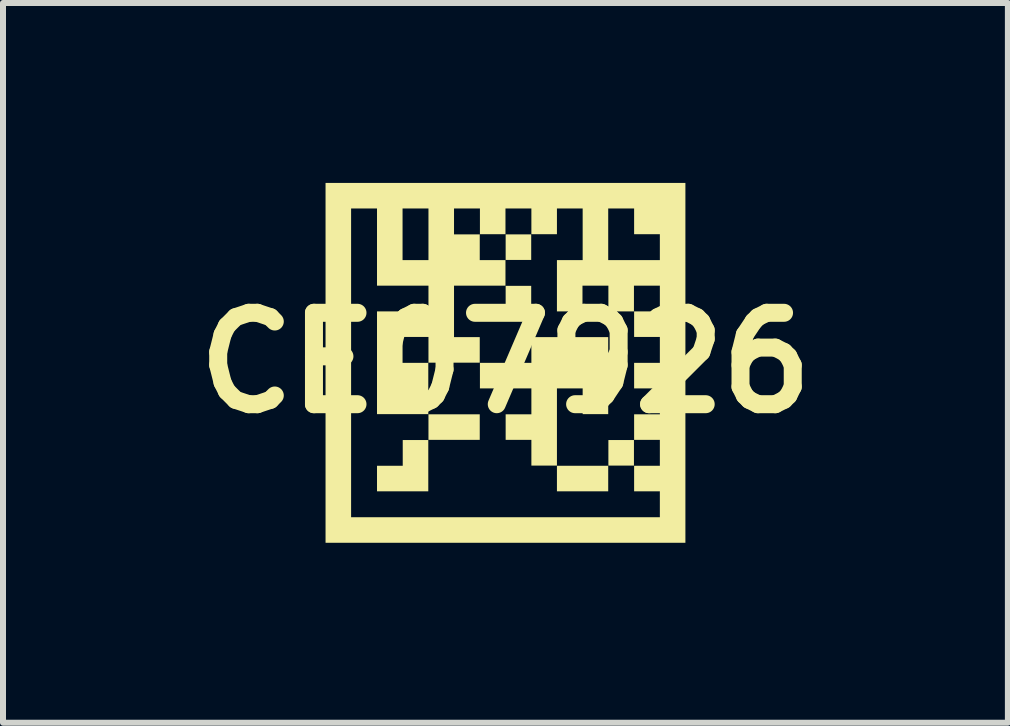
<source format=kicad_pcb>
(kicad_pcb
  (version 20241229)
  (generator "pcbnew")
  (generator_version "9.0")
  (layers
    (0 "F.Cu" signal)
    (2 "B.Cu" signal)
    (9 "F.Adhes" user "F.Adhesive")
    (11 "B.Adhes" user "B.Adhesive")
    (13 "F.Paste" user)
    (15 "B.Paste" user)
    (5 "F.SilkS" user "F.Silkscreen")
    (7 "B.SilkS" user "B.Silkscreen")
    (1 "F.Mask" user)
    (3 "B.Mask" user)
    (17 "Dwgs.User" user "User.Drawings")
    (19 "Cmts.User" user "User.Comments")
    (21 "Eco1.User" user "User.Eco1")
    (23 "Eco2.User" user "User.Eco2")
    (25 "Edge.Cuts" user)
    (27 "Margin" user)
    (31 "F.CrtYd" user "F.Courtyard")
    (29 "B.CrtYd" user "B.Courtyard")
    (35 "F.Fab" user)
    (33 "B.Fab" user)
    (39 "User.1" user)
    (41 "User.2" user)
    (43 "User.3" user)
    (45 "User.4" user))
  (footprint "CE07926"
    (layer "F.Cu")
    (at 5.378 3)
    (property "Reference" "CE07926" (at 0 0 0) (layer "F.SilkS") (effects (font (size 1.524 1.524) (thickness 0.3))))
    (attr board_only exclude_from_pos_files exclude_from_bom)
    (fp_poly (pts (xy -0.429 1.284) (xy -1.284 1.284) (xy -1.284 0.858) (xy -0.429 0.858)) (stroke (width 0) (type solid)) (fill yes) (layer "F.SilkS"))
    (fp_poly (pts (xy 0.429 -1.716) (xy 0.003 -1.716) (xy 0.003 -2.142) (xy 0.429 -2.142)) (stroke (width 0) (type solid)) (fill yes) (layer "F.SilkS"))
    (fp_poly (pts (xy 0.429 -0.858) (xy 0.003 -0.858) (xy 0.003 -1.284) (xy 0.429 -1.284)) (stroke (width 0) (type solid)) (fill yes) (layer "F.SilkS"))
    (fp_poly (pts (xy 1.713 2.142) (xy 0.858 2.142) (xy 0.858 1.716) (xy 1.713 1.716)) (stroke (width 0) (type solid)) (fill yes) (layer "F.SilkS"))
    (fp_poly (pts (xy 2.142 1.713) (xy 1.716 1.713) (xy 1.716 1.287) (xy 2.142 1.287)) (stroke (width 0) (type solid)) (fill yes) (layer "F.SilkS"))
    (fp_poly (pts (xy -1.287 2.142) (xy -2.142 2.142) (xy -2.142 1.716) (xy -1.713 1.716) (xy -1.713 1.287) (xy -1.287 1.287)) (stroke (width 0) (type solid)) (fill yes) (layer "F.SilkS"))
    (fp_poly (pts (xy 1.713 0.855) (xy 1.287 0.855) (xy 1.287 0.426) (xy 0.858 0.426) (xy 0.858 1.713) (xy 0.432 1.713) (xy 0.432 1.284) (xy 0.003 1.284) (xy 0.003 0.858) (xy 0.432 0.858) (xy 0.432 0.426) (xy -0.426 0.426) (xy -0.426 0) (xy 0.432 0) (xy 0.432 -0.429) (xy 1.713 -0.429)) (stroke (width 0) (type solid)) (fill yes) (layer "F.SilkS"))
    (fp_poly (pts (xy 3 3) (xy -3 3) (xy -3 -2.574) (xy -2.574 -2.574) (xy -2.574 2.574) (xy 2.574 2.574) (xy 2.574 2.142) (xy 2.145 2.142) (xy 2.145 1.716) (xy 2.574 1.716) (xy 2.574 1.284) (xy 2.145 1.284) (xy 2.145 0.858) (xy 2.574 0.858) (xy 2.574 0.426) (xy 2.145 0.426) (xy 2.145 0) (xy 2.574 0) (xy 2.574 -0.432) (xy 2.145 -0.432) (xy 2.145 -0.858) (xy 2.574 -0.858) (xy 2.574 -1.287) (xy 2.142 -1.287) (xy 2.142 -0.858) (xy 1.716 -0.858) (xy 1.716 -1.287) (xy 1.284 -1.287) (xy 1.284 -0.858) (xy 0.858 -0.858) (xy 0.858 -1.713) (xy 1.287 -1.713) (xy 1.287 -2.574) (xy 1.713 -2.574) (xy 1.713 -1.713) (xy 2.574 -1.713) (xy 2.574 -2.145) (xy 2.145 -2.145) (xy 2.145 -2.574) (xy 1.713 -2.574) (xy 1.287 -2.574) (xy 0.858 -2.574) (xy 0.858 -2.145) (xy 0.432 -2.145) (xy 0.432 -2.574) (xy 0 -2.574) (xy 0 -2.145) (xy -0.426 -2.145) (xy -0.426 -2.574) (xy -0.858 -2.574) (xy -0.858 -2.142) (xy -0.429 -2.142) (xy -0.429 -1.713) (xy 0 -1.713) (xy 0 -1.287) (xy -0.858 -1.287) (xy -0.858 -0.429) (xy -0.429 -0.429) (xy -0.429 -0.003) (xy -1.284 -0.003) (xy -1.284 -0.432) (xy -1.716 -0.432) (xy -1.716 0) (xy -1.287 0) (xy -1.287 0.855) (xy -2.142 0.855) (xy -2.142 -0.858) (xy -1.284 -0.858) (xy -1.284 -1.287) (xy -2.142 -1.287) (xy -2.142 -2.574) (xy -1.716 -2.574) (xy -1.716 -1.713) (xy -1.284 -1.713) (xy -1.284 -2.574) (xy -1.716 -2.574) (xy -2.142 -2.574) (xy -2.574 -2.574) (xy -3 -2.574) (xy -3 -3) (xy 3 -3)) (stroke (width 0) (type solid)) (fill yes) (layer "F.SilkS")))
  (gr_rect
    (start -3 -3)
    (end 13.755 9)
    (stroke (width 0.1) (type default))
    (fill no)
    (layer "Edge.Cuts")))
</source>
